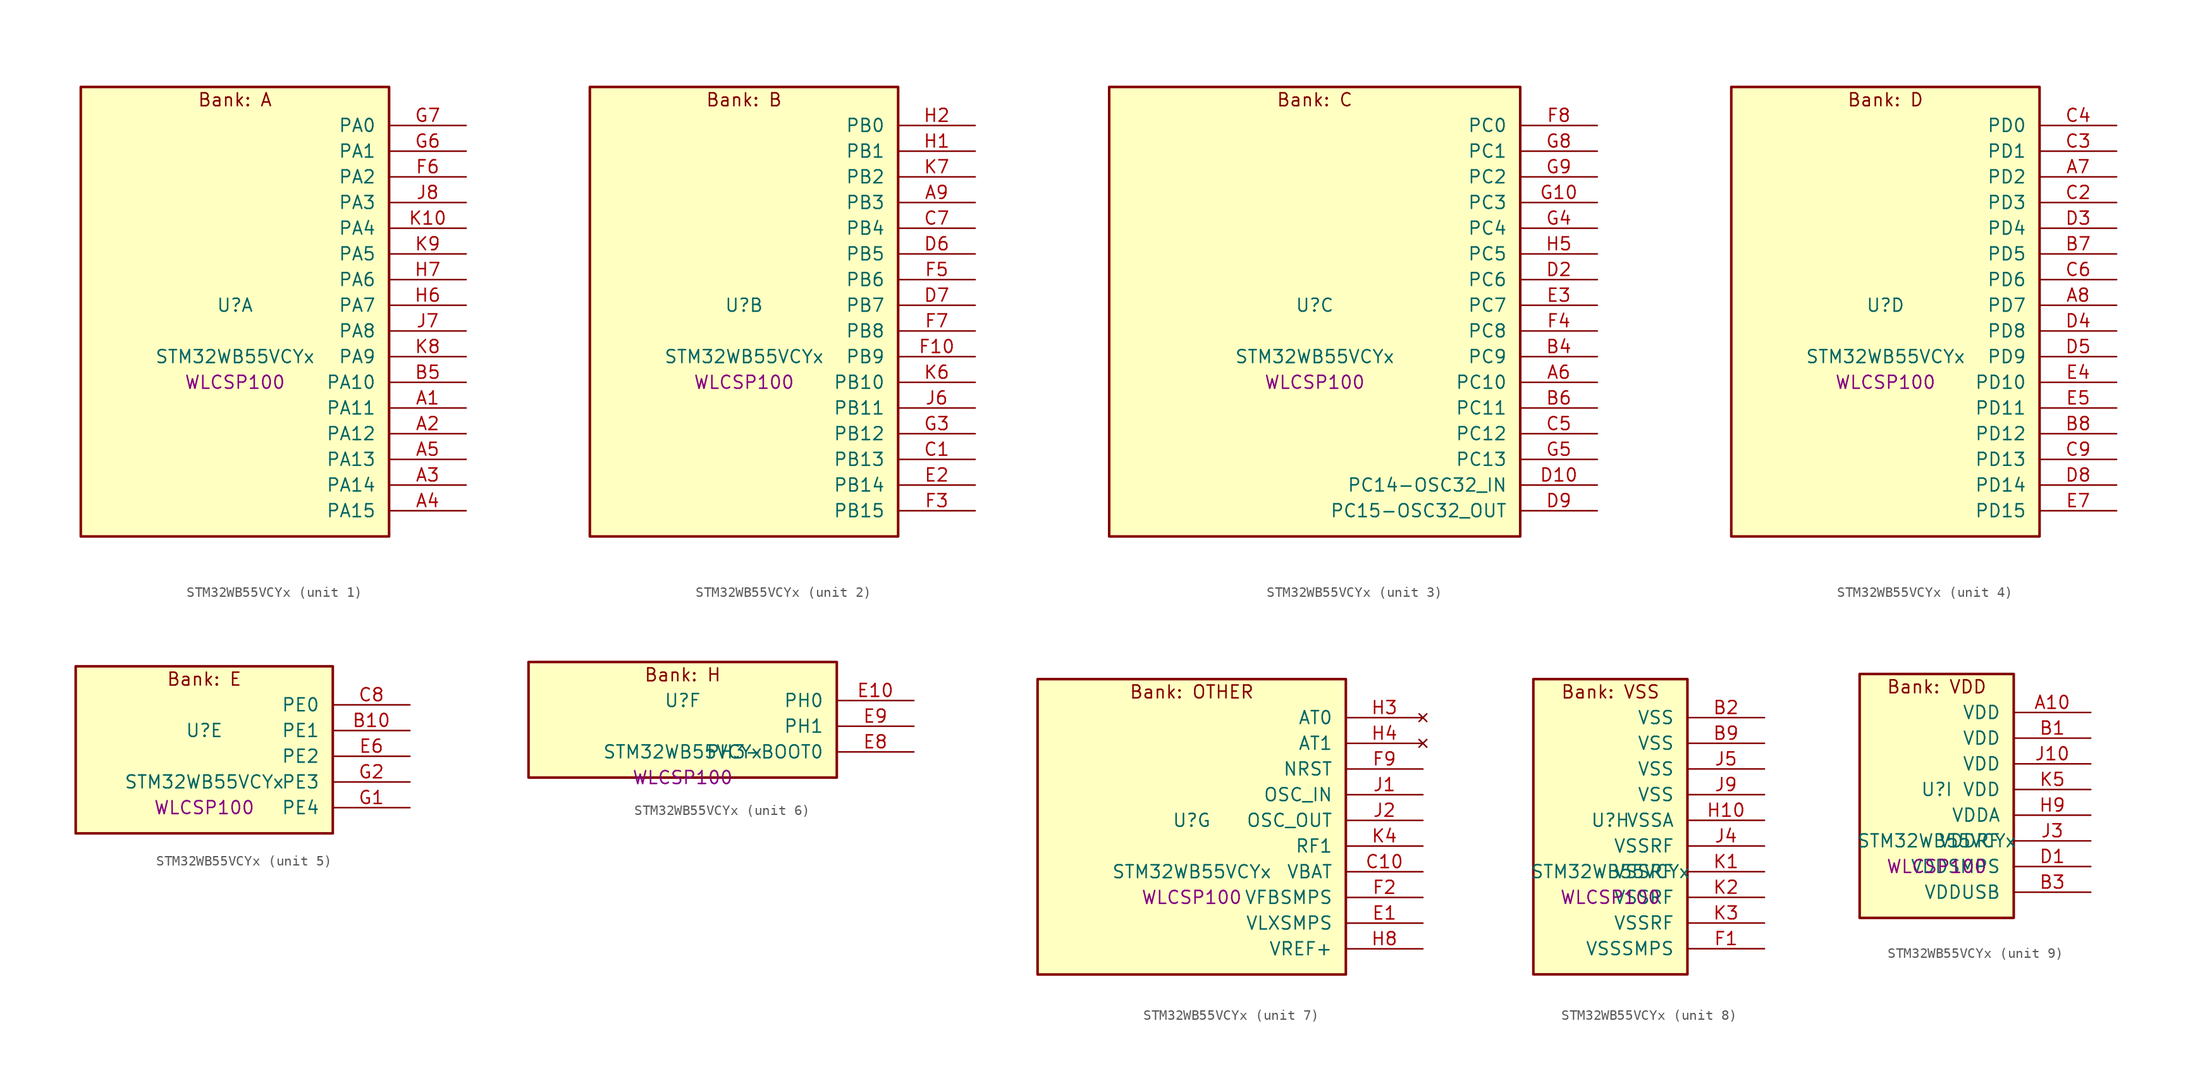
<source format=kicad_sym>
(kicad_symbol_lib
  (version 20241209)
  (generator "stm32_pkl_generator")
  (generator_version "1.0")
  (symbol "STM32WB55VCYx"
    (pin_names
      (offset 1.27))
    (property "Reference" "U"
      (at 0 2.54 0))
    (property "Value" "STM32WB55VCYx"
      (at 0 -2.54 0))
    (property "Footprint" "WLCSP100"
      (at 0 -5.08 0))
    (symbol "STM32WB55VCYx_1_1"
      (rectangle (start -15.24 24.13) (end 15.24 -20.32) (stroke (width 0.254) (type solid)) (fill (type background)))
      (text "Bank: A" (at 0 22.86 0))
      (pin bidirectional line (at 22.86 20.32 180) (length 7.62) (name "PA0") (number "G7") (alternate "PA0/ADC1_IN5" bidirectional line) (alternate "PA0/COMP1_INM" bidirectional line) (alternate "PA0/COMP1_OUT" bidirectional line) (alternate "PA0/RTC_TAMP2" bidirectional line) (alternate "PA0/SAI1_EXTCLK" bidirectional line) (alternate "PA0/SYS_WKUP1" bidirectional line) (alternate "PA0/TIM2_CH1" bidirectional line) (alternate "PA0/TIM2_ETR" bidirectional line))
      (pin bidirectional line (at 22.86 17.78 180) (length 7.62) (name "PA1") (number "G6") (alternate "PA1/ADC1_IN6" bidirectional line) (alternate "PA1/COMP1_INP" bidirectional line) (alternate "PA1/I2C1_SMBA" bidirectional line) (alternate "PA1/LCD_SEG0" bidirectional line) (alternate "PA1/SPI1_SCK" bidirectional line) (alternate "PA1/TIM2_CH2" bidirectional line))
      (pin bidirectional line (at 22.86 15.24 180) (length 7.62) (name "PA2") (number "F6") (alternate "PA2/ADC1_IN7" bidirectional line) (alternate "PA2/COMP2_INM" bidirectional line) (alternate "PA2/COMP2_OUT" bidirectional line) (alternate "PA2/LCD_SEG1" bidirectional line) (alternate "PA2/LPUART1_TX" bidirectional line) (alternate "PA2/QUADSPI_BK1_NCS" bidirectional line) (alternate "PA2/RCC_LSCO" bidirectional line) (alternate "PA2/SYS_WKUP4" bidirectional line) (alternate "PA2/TIM2_CH3" bidirectional line))
      (pin bidirectional line (at 22.86 12.7 180) (length 7.62) (name "PA3") (number "J8") (alternate "PA3/ADC1_IN8" bidirectional line) (alternate "PA3/COMP2_INP" bidirectional line) (alternate "PA3/LCD_SEG2" bidirectional line) (alternate "PA3/LPUART1_RX" bidirectional line) (alternate "PA3/QUADSPI_CLK" bidirectional line) (alternate "PA3/SAI1_CK1" bidirectional line) (alternate "PA3/SAI1_MCLK_A" bidirectional line) (alternate "PA3/TIM2_CH4" bidirectional line))
      (pin bidirectional line (at 22.86 10.16 180) (length 7.62) (name "PA4") (number "K10") (alternate "PA4/ADC1_IN9" bidirectional line) (alternate "PA4/COMP1_INM" bidirectional line) (alternate "PA4/COMP2_INM" bidirectional line) (alternate "PA4/LCD_SEG5" bidirectional line) (alternate "PA4/LPTIM2_OUT" bidirectional line) (alternate "PA4/SAI1_FS_B" bidirectional line) (alternate "PA4/SPI1_NSS" bidirectional line))
      (pin bidirectional line (at 22.86 7.62 180) (length 7.62) (name "PA5") (number "K9") (alternate "PA5/ADC1_IN10" bidirectional line) (alternate "PA5/COMP1_INM" bidirectional line) (alternate "PA5/COMP2_INM" bidirectional line) (alternate "PA5/LPTIM2_ETR" bidirectional line) (alternate "PA5/SAI1_SD_B" bidirectional line) (alternate "PA5/SPI1_SCK" bidirectional line) (alternate "PA5/TIM2_CH1" bidirectional line) (alternate "PA5/TIM2_ETR" bidirectional line))
      (pin bidirectional line (at 22.86 5.08 180) (length 7.62) (name "PA6") (number "H7") (alternate "PA6/ADC1_IN11" bidirectional line) (alternate "PA6/LCD_SEG3" bidirectional line) (alternate "PA6/LPUART1_CTS" bidirectional line) (alternate "PA6/QUADSPI_BK1_IO3" bidirectional line) (alternate "PA6/SPI1_MISO" bidirectional line) (alternate "PA6/TIM16_CH1" bidirectional line) (alternate "PA6/TIM1_BKIN" bidirectional line))
      (pin bidirectional line (at 22.86 2.54 180) (length 7.62) (name "PA7") (number "H6") (alternate "PA7/ADC1_IN12" bidirectional line) (alternate "PA7/COMP2_OUT" bidirectional line) (alternate "PA7/I2C3_SCL" bidirectional line) (alternate "PA7/LCD_SEG4" bidirectional line) (alternate "PA7/QUADSPI_BK1_IO2" bidirectional line) (alternate "PA7/SPI1_MOSI" bidirectional line) (alternate "PA7/TIM17_CH1" bidirectional line) (alternate "PA7/TIM1_CH1N" bidirectional line))
      (pin bidirectional line (at 22.86 0 180) (length 7.62) (name "PA8") (number "J7") (alternate "PA8/ADC1_IN15" bidirectional line) (alternate "PA8/LCD_COM0" bidirectional line) (alternate "PA8/LPTIM2_OUT" bidirectional line) (alternate "PA8/RCC_MCO" bidirectional line) (alternate "PA8/SAI1_CK2" bidirectional line) (alternate "PA8/SAI1_SCK_A" bidirectional line) (alternate "PA8/TIM1_CH1" bidirectional line) (alternate "PA8/USART1_CK" bidirectional line))
      (pin bidirectional line (at 22.86 -2.54 180) (length 7.62) (name "PA9") (number "K8") (alternate "PA9/ADC1_IN16" bidirectional line) (alternate "PA9/COMP1_INM" bidirectional line) (alternate "PA9/I2C1_SCL" bidirectional line) (alternate "PA9/LCD_COM1" bidirectional line) (alternate "PA9/SAI1_D2" bidirectional line) (alternate "PA9/SAI1_FS_A" bidirectional line) (alternate "PA9/SPI2_SCK" bidirectional line) (alternate "PA9/TIM1_CH2" bidirectional line) (alternate "PA9/USART1_TX" bidirectional line))
      (pin bidirectional line (at 22.86 -5.08 180) (length 7.62) (name "PA10") (number "B5") (alternate "PA10/CRS_SYNC" bidirectional line) (alternate "PA10/I2C1_SDA" bidirectional line) (alternate "PA10/LCD_COM2" bidirectional line) (alternate "PA10/SAI1_D1" bidirectional line) (alternate "PA10/SAI1_SD_A" bidirectional line) (alternate "PA10/TIM17_BKIN" bidirectional line) (alternate "PA10/TIM1_CH3" bidirectional line) (alternate "PA10/USART1_RX" bidirectional line))
      (pin bidirectional line (at 22.86 -7.62 180) (length 7.62) (name "PA11") (number "A1") (alternate "PA11/ADC1_EXTI11" bidirectional line) (alternate "PA11/SPI1_MISO" bidirectional line) (alternate "PA11/TIM1_BKIN2" bidirectional line) (alternate "PA11/TIM1_CH4" bidirectional line) (alternate "PA11/USART1_CTS" bidirectional line) (alternate "PA11/USART1_NSS" bidirectional line) (alternate "PA11/USB_DM" bidirectional line))
      (pin bidirectional line (at 22.86 -10.16 180) (length 7.62) (name "PA12") (number "A2") (alternate "PA12/LPUART1_RX" bidirectional line) (alternate "PA12/SPI1_MOSI" bidirectional line) (alternate "PA12/TIM1_ETR" bidirectional line) (alternate "PA12/USART1_DE" bidirectional line) (alternate "PA12/USART1_RTS" bidirectional line) (alternate "PA12/USB_DP" bidirectional line))
      (pin bidirectional line (at 22.86 -12.7 180) (length 7.62) (name "PA13") (number "A5") (alternate "PA13/IR_OUT" bidirectional line) (alternate "PA13/SAI1_SD_B" bidirectional line) (alternate "PA13/SYS_JTMS-SWDIO" bidirectional line) (alternate "PA13/USB_NOE" bidirectional line))
      (pin bidirectional line (at 22.86 -15.24 180) (length 7.62) (name "PA14") (number "A3") (alternate "PA14/I2C1_SMBA" bidirectional line) (alternate "PA14/LCD_SEG5" bidirectional line) (alternate "PA14/LPTIM1_OUT" bidirectional line) (alternate "PA14/SAI1_FS_B" bidirectional line) (alternate "PA14/SYS_JTCK-SWCLK" bidirectional line))
      (pin bidirectional line (at 22.86 -17.78 180) (length 7.62) (name "PA15") (number "A4") (alternate "PA15/ADC1_EXTI15" bidirectional line) (alternate "PA15/LCD_SEG17" bidirectional line) (alternate "PA15/RCC_MCO" bidirectional line) (alternate "PA15/SPI1_NSS" bidirectional line) (alternate "PA15/SYS_JTDI" bidirectional line) (alternate "PA15/TIM2_CH1" bidirectional line) (alternate "PA15/TIM2_ETR" bidirectional line) (alternate "PA15/TSC_G3_IO1" bidirectional line)))
    (symbol "STM32WB55VCYx_2_1"
      (rectangle (start -15.24 24.13) (end 15.24 -20.32) (stroke (width 0.254) (type solid)) (fill (type background)))
      (text "Bank: B" (at 0 22.86 0))
      (pin bidirectional line (at 22.86 20.32 180) (length 7.62) (name "PB0") (number "H2") (alternate "PB0/COMP1_OUT" bidirectional line) (alternate "PB0/RF_TX_MOD_EXT_PA" bidirectional line))
      (pin bidirectional line (at 22.86 17.78 180) (length 7.62) (name "PB1") (number "H1") (alternate "PB1/LPTIM2_IN1" bidirectional line) (alternate "PB1/LPUART1_DE" bidirectional line) (alternate "PB1/LPUART1_RTS" bidirectional line))
      (pin bidirectional line (at 22.86 15.24 180) (length 7.62) (name "PB2") (number "K7") (alternate "PB2/COMP1_INP" bidirectional line) (alternate "PB2/I2C3_SMBA" bidirectional line) (alternate "PB2/LCD_VLCD" bidirectional line) (alternate "PB2/LPTIM1_OUT" bidirectional line) (alternate "PB2/RTC_OUT2" bidirectional line) (alternate "PB2/SAI1_EXTCLK" bidirectional line) (alternate "PB2/SPI1_NSS" bidirectional line))
      (pin bidirectional line (at 22.86 12.7 180) (length 7.62) (name "PB3") (number "A9") (alternate "PB3/COMP2_INM" bidirectional line) (alternate "PB3/LCD_SEG7" bidirectional line) (alternate "PB3/SAI1_SCK_B" bidirectional line) (alternate "PB3/SPI1_SCK" bidirectional line) (alternate "PB3/SYS_JTDO-SWO" bidirectional line) (alternate "PB3/TIM2_CH2" bidirectional line) (alternate "PB3/USART1_DE" bidirectional line) (alternate "PB3/USART1_RTS" bidirectional line))
      (pin bidirectional line (at 22.86 10.16 180) (length 7.62) (name "PB4") (number "C7") (alternate "PB4/COMP2_INP" bidirectional line) (alternate "PB4/I2C3_SDA" bidirectional line) (alternate "PB4/LCD_SEG8" bidirectional line) (alternate "PB4/SAI1_MCLK_B" bidirectional line) (alternate "PB4/SPI1_MISO" bidirectional line) (alternate "PB4/SYS_JTRST" bidirectional line) (alternate "PB4/TIM17_BKIN" bidirectional line) (alternate "PB4/TSC_G2_IO1" bidirectional line) (alternate "PB4/USART1_CTS" bidirectional line) (alternate "PB4/USART1_NSS" bidirectional line))
      (pin bidirectional line (at 22.86 7.62 180) (length 7.62) (name "PB5") (number "D6") (alternate "PB5/COMP2_OUT" bidirectional line) (alternate "PB5/I2C1_SMBA" bidirectional line) (alternate "PB5/LCD_SEG9" bidirectional line) (alternate "PB5/LPTIM1_IN1" bidirectional line) (alternate "PB5/LPUART1_TX" bidirectional line) (alternate "PB5/SAI1_SD_B" bidirectional line) (alternate "PB5/SPI1_MOSI" bidirectional line) (alternate "PB5/TIM16_BKIN" bidirectional line) (alternate "PB5/TSC_G2_IO2" bidirectional line) (alternate "PB5/USART1_CK" bidirectional line))
      (pin bidirectional line (at 22.86 5.08 180) (length 7.62) (name "PB6") (number "F5") (alternate "PB6/COMP2_INP" bidirectional line) (alternate "PB6/I2C1_SCL" bidirectional line) (alternate "PB6/LCD_SEG6" bidirectional line) (alternate "PB6/LPTIM1_ETR" bidirectional line) (alternate "PB6/RCC_MCO" bidirectional line) (alternate "PB6/SAI1_FS_B" bidirectional line) (alternate "PB6/TIM16_CH1N" bidirectional line) (alternate "PB6/TSC_G2_IO3" bidirectional line) (alternate "PB6/USART1_TX" bidirectional line))
      (pin bidirectional line (at 22.86 2.54 180) (length 7.62) (name "PB7") (number "D7") (alternate "PB7/COMP2_INM" bidirectional line) (alternate "PB7/I2C1_SDA" bidirectional line) (alternate "PB7/LCD_SEG21" bidirectional line) (alternate "PB7/LPTIM1_IN2" bidirectional line) (alternate "PB7/SYS_PVD_IN" bidirectional line) (alternate "PB7/TIM17_CH1N" bidirectional line) (alternate "PB7/TIM1_BKIN" bidirectional line) (alternate "PB7/TSC_G2_IO4" bidirectional line) (alternate "PB7/USART1_RX" bidirectional line))
      (pin bidirectional line (at 22.86 0 180) (length 7.62) (name "PB8") (number "F7") (alternate "PB8/I2C1_SCL" bidirectional line) (alternate "PB8/LCD_SEG16" bidirectional line) (alternate "PB8/QUADSPI_BK1_IO1" bidirectional line) (alternate "PB8/SAI1_CK1" bidirectional line) (alternate "PB8/SAI1_MCLK_A" bidirectional line) (alternate "PB8/TIM16_CH1" bidirectional line) (alternate "PB8/TIM1_CH2N" bidirectional line))
      (pin bidirectional line (at 22.86 -2.54 180) (length 7.62) (name "PB9") (number "F10") (alternate "PB9/I2C1_SDA" bidirectional line) (alternate "PB9/IR_OUT" bidirectional line) (alternate "PB9/LCD_COM3" bidirectional line) (alternate "PB9/QUADSPI_BK1_IO0" bidirectional line) (alternate "PB9/SAI1_D2" bidirectional line) (alternate "PB9/SAI1_FS_A" bidirectional line) (alternate "PB9/SPI2_NSS" bidirectional line) (alternate "PB9/TIM17_CH1" bidirectional line) (alternate "PB9/TIM1_CH3N" bidirectional line) (alternate "PB9/TSC_G7_IO4" bidirectional line))
      (pin bidirectional line (at 22.86 -5.08 180) (length 7.62) (name "PB10") (number "K6") (alternate "PB10/COMP1_OUT" bidirectional line) (alternate "PB10/I2C3_SCL" bidirectional line) (alternate "PB10/LCD_SEG10" bidirectional line) (alternate "PB10/LPUART1_RX" bidirectional line) (alternate "PB10/QUADSPI_CLK" bidirectional line) (alternate "PB10/SAI1_SCK_A" bidirectional line) (alternate "PB10/SPI2_SCK" bidirectional line) (alternate "PB10/TIM2_CH3" bidirectional line) (alternate "PB10/TSC_SYNC" bidirectional line))
      (pin bidirectional line (at 22.86 -7.62 180) (length 7.62) (name "PB11") (number "J6") (alternate "PB11/ADC1_EXTI11" bidirectional line) (alternate "PB11/COMP2_OUT" bidirectional line) (alternate "PB11/I2C3_SDA" bidirectional line) (alternate "PB11/LCD_SEG11" bidirectional line) (alternate "PB11/LPUART1_TX" bidirectional line) (alternate "PB11/QUADSPI_BK1_NCS" bidirectional line) (alternate "PB11/TIM2_CH4" bidirectional line))
      (pin bidirectional line (at 22.86 -10.16 180) (length 7.62) (name "PB12") (number "G3") (alternate "PB12/I2C3_SMBA" bidirectional line) (alternate "PB12/LCD_SEG12" bidirectional line) (alternate "PB12/LPUART1_DE" bidirectional line) (alternate "PB12/LPUART1_RTS" bidirectional line) (alternate "PB12/SAI1_FS_A" bidirectional line) (alternate "PB12/SPI2_NSS" bidirectional line) (alternate "PB12/TIM1_BKIN" bidirectional line) (alternate "PB12/TSC_G1_IO1" bidirectional line))
      (pin bidirectional line (at 22.86 -12.7 180) (length 7.62) (name "PB13") (number "C1") (alternate "PB13/I2C3_SCL" bidirectional line) (alternate "PB13/LCD_SEG13" bidirectional line) (alternate "PB13/LPUART1_CTS" bidirectional line) (alternate "PB13/SAI1_SCK_A" bidirectional line) (alternate "PB13/SPI2_SCK" bidirectional line) (alternate "PB13/TIM1_CH1N" bidirectional line) (alternate "PB13/TSC_G1_IO2" bidirectional line))
      (pin bidirectional line (at 22.86 -15.24 180) (length 7.62) (name "PB14") (number "E2") (alternate "PB14/I2C3_SDA" bidirectional line) (alternate "PB14/LCD_SEG14" bidirectional line) (alternate "PB14/SAI1_MCLK_A" bidirectional line) (alternate "PB14/SPI2_MISO" bidirectional line) (alternate "PB14/TIM1_CH2N" bidirectional line) (alternate "PB14/TSC_G1_IO3" bidirectional line))
      (pin bidirectional line (at 22.86 -17.78 180) (length 7.62) (name "PB15") (number "F3") (alternate "PB15/ADC1_EXTI15" bidirectional line) (alternate "PB15/LCD_SEG15" bidirectional line) (alternate "PB15/RTC_REFIN" bidirectional line) (alternate "PB15/SAI1_SD_A" bidirectional line) (alternate "PB15/SPI2_MOSI" bidirectional line) (alternate "PB15/TIM1_CH3N" bidirectional line) (alternate "PB15/TSC_G1_IO4" bidirectional line)))
    (symbol "STM32WB55VCYx_3_1"
      (rectangle (start -20.32 24.13) (end 20.32 -20.32) (stroke (width 0.254) (type solid)) (fill (type background)))
      (text "Bank: C" (at 0 22.86 0))
      (pin bidirectional line (at 27.94 20.32 180) (length 7.62) (name "PC0") (number "F8") (alternate "PC0/ADC1_IN1" bidirectional line) (alternate "PC0/I2C3_SCL" bidirectional line) (alternate "PC0/LCD_SEG18" bidirectional line) (alternate "PC0/LPTIM1_IN1" bidirectional line) (alternate "PC0/LPTIM2_IN1" bidirectional line) (alternate "PC0/LPUART1_RX" bidirectional line))
      (pin bidirectional line (at 27.94 17.78 180) (length 7.62) (name "PC1") (number "G8") (alternate "PC1/ADC1_IN2" bidirectional line) (alternate "PC1/I2C3_SDA" bidirectional line) (alternate "PC1/LCD_SEG19" bidirectional line) (alternate "PC1/LPTIM1_OUT" bidirectional line) (alternate "PC1/LPUART1_TX" bidirectional line) (alternate "PC1/SPI2_MOSI" bidirectional line))
      (pin bidirectional line (at 27.94 15.24 180) (length 7.62) (name "PC2") (number "G9") (alternate "PC2/ADC1_IN3" bidirectional line) (alternate "PC2/LCD_SEG20" bidirectional line) (alternate "PC2/LPTIM1_IN2" bidirectional line) (alternate "PC2/SPI2_MISO" bidirectional line))
      (pin bidirectional line (at 27.94 12.7 180) (length 7.62) (name "PC3") (number "G10") (alternate "PC3/ADC1_IN4" bidirectional line) (alternate "PC3/LCD_VLCD" bidirectional line) (alternate "PC3/LPTIM1_ETR" bidirectional line) (alternate "PC3/LPTIM2_ETR" bidirectional line) (alternate "PC3/SAI1_D1" bidirectional line) (alternate "PC3/SAI1_SD_A" bidirectional line) (alternate "PC3/SPI2_MOSI" bidirectional line))
      (pin bidirectional line (at 27.94 10.16 180) (length 7.62) (name "PC4") (number "G4") (alternate "PC4/ADC1_IN13" bidirectional line) (alternate "PC4/COMP1_INM" bidirectional line) (alternate "PC4/LCD_SEG22" bidirectional line))
      (pin bidirectional line (at 27.94 7.62 180) (length 7.62) (name "PC5") (number "H5") (alternate "PC5/ADC1_IN14" bidirectional line) (alternate "PC5/COMP1_INP" bidirectional line) (alternate "PC5/LCD_SEG23" bidirectional line) (alternate "PC5/SAI1_D3" bidirectional line) (alternate "PC5/SYS_WKUP5" bidirectional line))
      (pin bidirectional line (at 27.94 5.08 180) (length 7.62) (name "PC6") (number "D2") (alternate "PC6/LCD_SEG24" bidirectional line) (alternate "PC6/TSC_G4_IO1" bidirectional line))
      (pin bidirectional line (at 27.94 2.54 180) (length 7.62) (name "PC7") (number "E3") (alternate "PC7/LCD_SEG25" bidirectional line) (alternate "PC7/TSC_G4_IO2" bidirectional line))
      (pin bidirectional line (at 27.94 0 180) (length 7.62) (name "PC8") (number "F4") (alternate "PC8/LCD_SEG26" bidirectional line) (alternate "PC8/TSC_G4_IO3" bidirectional line))
      (pin bidirectional line (at 27.94 -2.54 180) (length 7.62) (name "PC9") (number "B4") (alternate "PC9/LCD_SEG27" bidirectional line) (alternate "PC9/SAI1_SCK_B" bidirectional line) (alternate "PC9/TIM1_BKIN" bidirectional line) (alternate "PC9/TSC_G4_IO4" bidirectional line) (alternate "PC9/USB_NOE" bidirectional line))
      (pin bidirectional line (at 27.94 -5.08 180) (length 7.62) (name "PC10") (number "A6") (alternate "PC10/LCD_COM4" bidirectional line) (alternate "PC10/LCD_SEG28" bidirectional line) (alternate "PC10/LCD_SEG40" bidirectional line) (alternate "PC10/SYS_TRACED1" bidirectional line) (alternate "PC10/TSC_G3_IO2" bidirectional line))
      (pin bidirectional line (at 27.94 -7.62 180) (length 7.62) (name "PC11") (number "B6") (alternate "PC11/ADC1_EXTI11" bidirectional line) (alternate "PC11/LCD_COM5" bidirectional line) (alternate "PC11/LCD_SEG29" bidirectional line) (alternate "PC11/LCD_SEG41" bidirectional line) (alternate "PC11/TSC_G3_IO3" bidirectional line))
      (pin bidirectional line (at 27.94 -10.16 180) (length 7.62) (name "PC12") (number "C5") (alternate "PC12/LCD_COM6" bidirectional line) (alternate "PC12/LCD_SEG30" bidirectional line) (alternate "PC12/LCD_SEG42" bidirectional line) (alternate "PC12/RCC_LSCO" bidirectional line) (alternate "PC12/RTC_TAMP3" bidirectional line) (alternate "PC12/SYS_TRACED3" bidirectional line) (alternate "PC12/SYS_WKUP3" bidirectional line) (alternate "PC12/TSC_G3_IO4" bidirectional line))
      (pin bidirectional line (at 27.94 -12.7 180) (length 7.62) (name "PC13") (number "G5") (alternate "PC13/RTC_OUT1" bidirectional line) (alternate "PC13/RTC_TAMP1" bidirectional line) (alternate "PC13/RTC_TS" bidirectional line) (alternate "PC13/SYS_WKUP2" bidirectional line))
      (pin bidirectional line (at 27.94 -15.24 180) (length 7.62) (name "PC14-OSC32_IN") (number "D10") (alternate "PC14-OSC32_IN/RCC_OSC32_IN" bidirectional line))
      (pin bidirectional line (at 27.94 -17.78 180) (length 7.62) (name "PC15-OSC32_OUT") (number "D9") (alternate "PC15-OSC32_OUT/ADC1_EXTI15" bidirectional line) (alternate "PC15-OSC32_OUT/RCC_OSC32_OUT" bidirectional line)))
    (symbol "STM32WB55VCYx_4_1"
      (rectangle (start -15.24 24.13) (end 15.24 -20.32) (stroke (width 0.254) (type solid)) (fill (type background)))
      (text "Bank: D" (at 0 22.86 0))
      (pin bidirectional line (at 22.86 20.32 180) (length 7.62) (name "PD0") (number "C4") (alternate "PD0/SPI2_NSS" bidirectional line))
      (pin bidirectional line (at 22.86 17.78 180) (length 7.62) (name "PD1") (number "C3") (alternate "PD1/SPI2_SCK" bidirectional line))
      (pin bidirectional line (at 22.86 15.24 180) (length 7.62) (name "PD2") (number "A7") (alternate "PD2/LCD_COM7" bidirectional line) (alternate "PD2/LCD_SEG31" bidirectional line) (alternate "PD2/LCD_SEG43" bidirectional line) (alternate "PD2/SYS_TRACED2" bidirectional line) (alternate "PD2/TSC_SYNC" bidirectional line))
      (pin bidirectional line (at 22.86 12.7 180) (length 7.62) (name "PD3") (number "C2") (alternate "PD3/QUADSPI_BK1_NCS" bidirectional line) (alternate "PD3/SPI2_MISO" bidirectional line) (alternate "PD3/SPI2_SCK" bidirectional line))
      (pin bidirectional line (at 22.86 10.16 180) (length 7.62) (name "PD4") (number "D3") (alternate "PD4/QUADSPI_BK1_IO0" bidirectional line) (alternate "PD4/SPI2_MOSI" bidirectional line) (alternate "PD4/TSC_G5_IO1" bidirectional line))
      (pin bidirectional line (at 22.86 7.62 180) (length 7.62) (name "PD5") (number "B7") (alternate "PD5/QUADSPI_BK1_IO1" bidirectional line) (alternate "PD5/SAI1_MCLK_B" bidirectional line) (alternate "PD5/TSC_G5_IO2" bidirectional line))
      (pin bidirectional line (at 22.86 5.08 180) (length 7.62) (name "PD6") (number "C6") (alternate "PD6/QUADSPI_BK1_IO2" bidirectional line) (alternate "PD6/SAI1_D1" bidirectional line) (alternate "PD6/SAI1_SD_A" bidirectional line) (alternate "PD6/TSC_G5_IO3" bidirectional line))
      (pin bidirectional line (at 22.86 2.54 180) (length 7.62) (name "PD7") (number "A8") (alternate "PD7/LCD_SEG39" bidirectional line) (alternate "PD7/QUADSPI_BK1_IO3" bidirectional line) (alternate "PD7/TSC_G5_IO4" bidirectional line))
      (pin bidirectional line (at 22.86 0 180) (length 7.62) (name "PD8") (number "D4") (alternate "PD8/LCD_SEG28" bidirectional line) (alternate "PD8/TIM1_BKIN2" bidirectional line))
      (pin bidirectional line (at 22.86 -2.54 180) (length 7.62) (name "PD9") (number "D5") (alternate "PD9/LCD_SEG29" bidirectional line) (alternate "PD9/SYS_TRACED0" bidirectional line))
      (pin bidirectional line (at 22.86 -5.08 180) (length 7.62) (name "PD10") (number "E4") (alternate "PD10/LCD_SEG30" bidirectional line) (alternate "PD10/SYS_TRIG_INOUT" bidirectional line) (alternate "PD10/TSC_G6_IO1" bidirectional line))
      (pin bidirectional line (at 22.86 -7.62 180) (length 7.62) (name "PD11") (number "E5") (alternate "PD11/ADC1_EXTI11" bidirectional line) (alternate "PD11/LCD_SEG31" bidirectional line) (alternate "PD11/LPTIM2_ETR" bidirectional line) (alternate "PD11/TSC_G6_IO2" bidirectional line))
      (pin bidirectional line (at 22.86 -10.16 180) (length 7.62) (name "PD12") (number "B8") (alternate "PD12/LCD_SEG32" bidirectional line) (alternate "PD12/LPTIM2_IN1" bidirectional line) (alternate "PD12/TSC_G6_IO3" bidirectional line))
      (pin bidirectional line (at 22.86 -12.7 180) (length 7.62) (name "PD13") (number "C9") (alternate "PD13/LCD_SEG33" bidirectional line) (alternate "PD13/LPTIM2_OUT" bidirectional line) (alternate "PD13/TSC_G6_IO4" bidirectional line))
      (pin bidirectional line (at 22.86 -15.24 180) (length 7.62) (name "PD14") (number "D8") (alternate "PD14/LCD_SEG34" bidirectional line) (alternate "PD14/TIM1_CH1" bidirectional line))
      (pin bidirectional line (at 22.86 -17.78 180) (length 7.62) (name "PD15") (number "E7") (alternate "PD15/ADC1_EXTI15" bidirectional line) (alternate "PD15/LCD_SEG35" bidirectional line) (alternate "PD15/TIM1_CH2" bidirectional line)))
    (symbol "STM32WB55VCYx_5_1"
      (rectangle (start -12.7 8.89) (end 12.7 -7.62) (stroke (width 0.254) (type solid)) (fill (type background)))
      (text "Bank: E" (at 0 7.62 0))
      (pin bidirectional line (at 20.32 5.08 180) (length 7.62) (name "PE0") (number "C8") (alternate "PE0/LCD_SEG36" bidirectional line) (alternate "PE0/TIM16_CH1" bidirectional line) (alternate "PE0/TIM1_ETR" bidirectional line) (alternate "PE0/TSC_G7_IO3" bidirectional line))
      (pin bidirectional line (at 20.32 2.54 180) (length 7.62) (name "PE1") (number "B10") (alternate "PE1/LCD_SEG37" bidirectional line) (alternate "PE1/TIM17_CH1" bidirectional line) (alternate "PE1/TSC_G7_IO2" bidirectional line))
      (pin bidirectional line (at 20.32 0 180) (length 7.62) (name "PE2") (number "E6") (alternate "PE2/LCD_SEG38" bidirectional line) (alternate "PE2/SAI1_CK1" bidirectional line) (alternate "PE2/SAI1_MCLK_A" bidirectional line) (alternate "PE2/SYS_TRACECLK" bidirectional line) (alternate "PE2/TSC_G7_IO1" bidirectional line))
      (pin bidirectional line (at 20.32 -2.54 180) (length 7.62) (name "PE3") (number "G2"))
      (pin bidirectional line (at 20.32 -5.08 180) (length 7.62) (name "PE4") (number "G1")))
    (symbol "STM32WB55VCYx_6_1"
      (rectangle (start -15.24 6.35) (end 15.24 -5.08) (stroke (width 0.254) (type solid)) (fill (type background)))
      (text "Bank: H" (at 0 5.08 0))
      (pin bidirectional line (at 22.86 2.54 180) (length 7.62) (name "PH0") (number "E10"))
      (pin bidirectional line (at 22.86 0 180) (length 7.62) (name "PH1") (number "E9"))
      (pin bidirectional line (at 22.86 -2.54 180) (length 7.62) (name "PH3-BOOT0") (number "E8") (alternate "PH3-BOOT0/RCC_LSCO" bidirectional line)))
    (symbol "STM32WB55VCYx_7_1"
      (rectangle (start -15.24 16.51) (end 15.24 -12.7) (stroke (width 0.254) (type solid)) (fill (type background)))
      (text "Bank: OTHER" (at 0 15.24 0))
      (pin no_connect line (at 22.86 12.7 180) (length 7.62) (name "AT0") (number "H3"))
      (pin no_connect line (at 22.86 10.16 180) (length 7.62) (name "AT1") (number "H4"))
      (pin input line (at 22.86 7.62 180) (length 7.62) (name "NRST") (number "F9"))
      (pin bidirectional line (at 22.86 5.08 180) (length 7.62) (name "OSC_IN") (number "J1") (alternate "OSC_IN/RCC_OSC_IN" bidirectional line))
      (pin bidirectional line (at 22.86 2.54 180) (length 7.62) (name "OSC_OUT") (number "J2") (alternate "OSC_OUT/RCC_OSC_OUT" bidirectional line))
      (pin bidirectional line (at 22.86 0 180) (length 7.62) (name "RF1") (number "K4") (alternate "RF1/RF_RF1" bidirectional line))
      (pin power_in line (at 22.86 -2.54 180) (length 7.62) (name "VBAT") (number "C10"))
      (pin power_in line (at 22.86 -5.08 180) (length 7.62) (name "VFBSMPS") (number "F2"))
      (pin power_in line (at 22.86 -7.62 180) (length 7.62) (name "VLXSMPS") (number "E1"))
      (pin bidirectional line (at 22.86 -10.16 180) (length 7.62) (name "VREF+") (number "H8") (alternate "VREF+/VREFBUF_OUT" bidirectional line)))
    (symbol "STM32WB55VCYx_8_1"
      (rectangle (start -7.62 16.51) (end 7.62 -12.7) (stroke (width 0.254) (type solid)) (fill (type background)))
      (text "Bank: VSS" (at 0 15.24 0))
      (pin power_in line (at 15.24 12.7 180) (length 7.62) (name "VSS") (number "B2"))
      (pin power_in line (at 15.24 10.16 180) (length 7.62) (name "VSS") (number "B9"))
      (pin power_in line (at 15.24 7.62 180) (length 7.62) (name "VSS") (number "J5"))
      (pin power_in line (at 15.24 5.08 180) (length 7.62) (name "VSS") (number "J9"))
      (pin power_in line (at 15.24 2.54 180) (length 7.62) (name "VSSA") (number "H10"))
      (pin power_in line (at 15.24 0 180) (length 7.62) (name "VSSRF") (number "J4"))
      (pin power_in line (at 15.24 -2.54 180) (length 7.62) (name "VSSRF") (number "K1"))
      (pin power_in line (at 15.24 -5.08 180) (length 7.62) (name "VSSRF") (number "K2"))
      (pin power_in line (at 15.24 -7.62 180) (length 7.62) (name "VSSRF") (number "K3"))
      (pin power_in line (at 15.24 -10.16 180) (length 7.62) (name "VSSSMPS") (number "F1")))
    (symbol "STM32WB55VCYx_9_1"
      (rectangle (start -7.62 13.97) (end 7.62 -10.16) (stroke (width 0.254) (type solid)) (fill (type background)))
      (text "Bank: VDD" (at 0 12.7 0))
      (pin power_in line (at 15.24 10.16 180) (length 7.62) (name "VDD") (number "A10"))
      (pin power_in line (at 15.24 7.62 180) (length 7.62) (name "VDD") (number "B1"))
      (pin power_in line (at 15.24 5.08 180) (length 7.62) (name "VDD") (number "J10"))
      (pin power_in line (at 15.24 2.54 180) (length 7.62) (name "VDD") (number "K5"))
      (pin power_in line (at 15.24 0 180) (length 7.62) (name "VDDA") (number "H9"))
      (pin power_in line (at 15.24 -2.54 180) (length 7.62) (name "VDDRF") (number "J3"))
      (pin power_in line (at 15.24 -5.08 180) (length 7.62) (name "VDDSMPS") (number "D1"))
      (pin power_in line (at 15.24 -7.62 180) (length 7.62) (name "VDDUSB") (number "B3")))))
</source>
